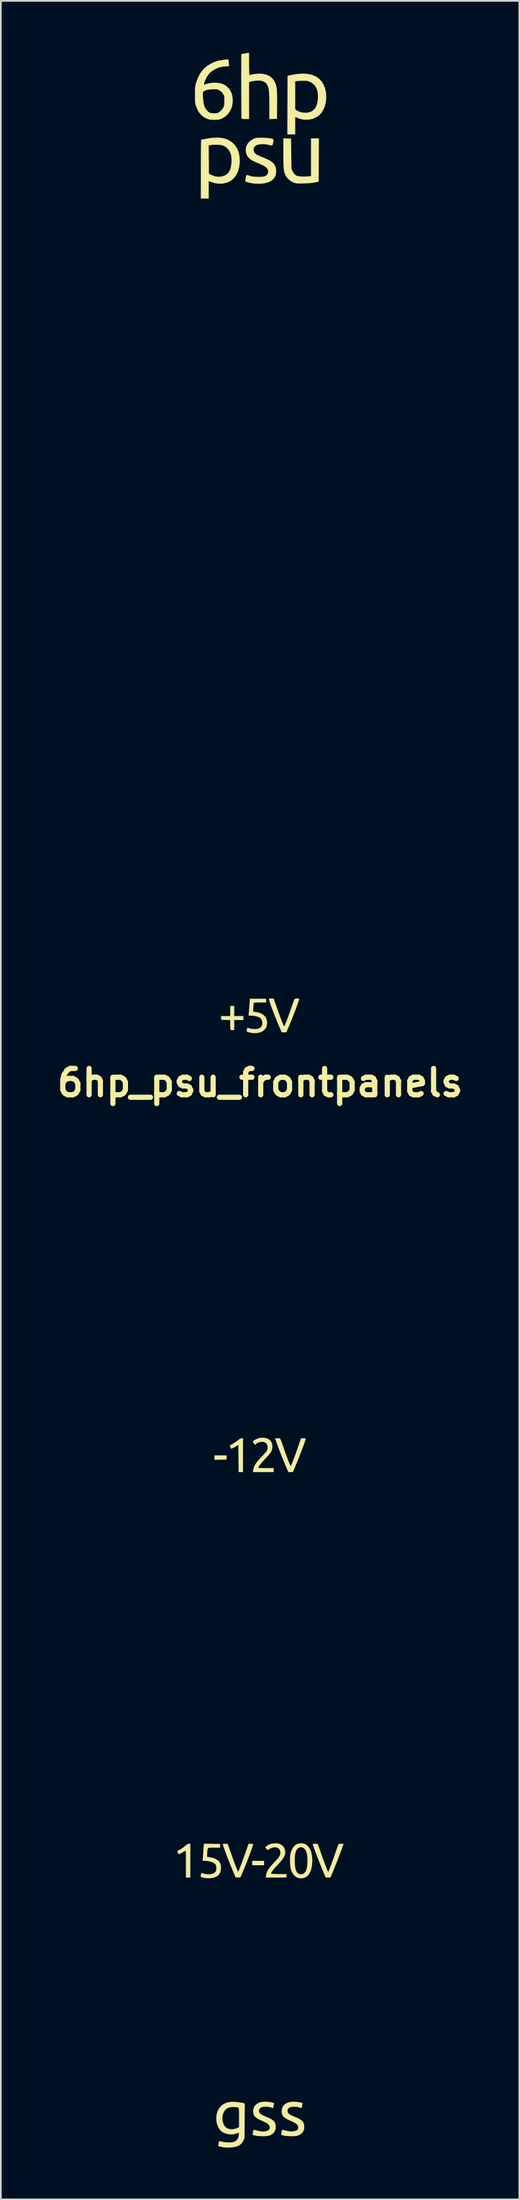
<source format=kicad_pcb>
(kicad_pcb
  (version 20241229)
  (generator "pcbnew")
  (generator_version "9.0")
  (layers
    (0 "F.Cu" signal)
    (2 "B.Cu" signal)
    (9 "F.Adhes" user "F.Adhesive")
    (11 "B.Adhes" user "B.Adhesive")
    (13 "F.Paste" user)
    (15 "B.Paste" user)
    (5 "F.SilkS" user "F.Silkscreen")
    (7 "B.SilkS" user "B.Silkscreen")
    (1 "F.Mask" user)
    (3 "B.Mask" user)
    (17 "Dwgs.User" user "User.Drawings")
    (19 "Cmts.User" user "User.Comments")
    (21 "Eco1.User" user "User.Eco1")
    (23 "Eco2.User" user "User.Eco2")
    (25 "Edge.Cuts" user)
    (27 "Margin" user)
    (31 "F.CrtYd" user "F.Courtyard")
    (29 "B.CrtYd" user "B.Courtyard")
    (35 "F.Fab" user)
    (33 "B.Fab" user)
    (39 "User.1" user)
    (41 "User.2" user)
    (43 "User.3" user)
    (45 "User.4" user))
  (footprint "6hp_psu_frontpanels"
    (layer "F.Cu")
    (at 12.018 59.623)
    (property "Reference" "6hp_psu_frontpanels" (at 0 0 0) (layer "F.SilkS") (effects (font (size 1.524 1.524) (thickness 0.3))))
    (attr board_only exclude_from_pos_files exclude_from_bom)
    (fp_poly (pts (xy 0.229 45.283) (xy -0.458 45.283) (xy -0.458 45.028) (xy 0.229 45.028)) (stroke (width 0) (type solid)) (fill yes) (layer "F.SilkS"))
    (fp_poly (pts (xy -1.937 21.682) (xy -1.945 21.802) (xy -2.295 21.809) (xy -2.644 21.816) (xy -2.644 21.561) (xy -1.93 21.561)) (stroke (width 0) (type solid)) (fill yes) (layer "F.SilkS"))
    (fp_poly (pts (xy -1.5 -3.865) (xy -0.966 -3.865) (xy -0.966 -3.636) (xy -1.5 -3.636) (xy -1.5 -3.051) (xy -1.598 -3.051) (xy -1.665 -3.055) (xy -1.708 -3.065) (xy -1.712 -3.068) (xy -1.719 -3.099) (xy -1.724 -3.169) (xy -1.728 -3.268) (xy -1.729 -3.36) (xy -1.729 -3.634) (xy -1.99 -3.641) (xy -2.25 -3.649) (xy -2.266 -3.865) (xy -1.729 -3.865) (xy -1.729 -4.449) (xy -1.5 -4.449)) (stroke (width 0) (type solid)) (fill yes) (layer "F.SilkS"))
    (fp_poly (pts (xy -0.992 22.527) (xy -1.245 22.527) (xy -1.252 21.738) (xy -1.259 20.95) (xy -1.354 21.015) (xy -1.44 21.066) (xy -1.537 21.117) (xy -1.565 21.129) (xy -1.681 21.179) (xy -1.718 21.091) (xy -1.742 21.031) (xy -1.754 20.994) (xy -1.754 20.991) (xy -1.734 20.974) (xy -1.678 20.941) (xy -1.6 20.898) (xy -1.582 20.888) (xy -1.473 20.824) (xy -1.361 20.748) (xy -1.279 20.683) (xy -1.188 20.612) (xy -1.116 20.576) (xy -1.07 20.569) (xy -0.992 20.569)) (stroke (width 0) (type solid)) (fill yes) (layer "F.SilkS"))
    (fp_poly (pts (xy -4.043 45.995) (xy -4.297 45.995) (xy -4.297 45.202) (xy -4.297 44.981) (xy -4.298 44.806) (xy -4.299 44.672) (xy -4.301 44.573) (xy -4.305 44.506) (xy -4.31 44.464) (xy -4.318 44.444) (xy -4.327 44.44) (xy -4.339 44.447) (xy -4.341 44.45) (xy -4.38 44.476) (xy -4.447 44.515) (xy -4.528 44.559) (xy -4.608 44.601) (xy -4.675 44.632) (xy -4.713 44.647) (xy -4.715 44.647) (xy -4.732 44.627) (xy -4.756 44.578) (xy -4.781 44.52) (xy -4.798 44.473) (xy -4.799 44.455) (xy -4.775 44.442) (xy -4.717 44.412) (xy -4.639 44.373) (xy -4.637 44.372) (xy -4.535 44.312) (xy -4.424 44.233) (xy -4.342 44.165) (xy -4.254 44.091) (xy -4.187 44.051) (xy -4.129 44.037) (xy -4.122 44.037) (xy -4.043 44.037)) (stroke (width 0) (type solid)) (fill yes) (layer "F.SilkS"))
    (fp_poly (pts (xy 1.57 -54.659) (xy 1.792 -54.652) (xy 1.805 -53.775) (xy 1.818 -52.898) (xy 1.89 -52.75) (xy 1.956 -52.636) (xy 2.03 -52.556) (xy 2.122 -52.503) (xy 2.242 -52.472) (xy 2.402 -52.458) (xy 2.419 -52.457) (xy 2.546 -52.454) (xy 2.672 -52.456) (xy 2.777 -52.461) (xy 2.809 -52.464) (xy 2.949 -52.482) (xy 2.949 -54.665) (xy 3.407 -54.665) (xy 3.394 -52.16) (xy 3.178 -52.114) (xy 3.024 -52.089) (xy 2.828 -52.07) (xy 2.597 -52.058) (xy 2.543 -52.057) (xy 2.381 -52.053) (xy 2.259 -52.053) (xy 2.167 -52.056) (xy 2.095 -52.064) (xy 2.031 -52.077) (xy 1.966 -52.097) (xy 1.966 -52.097) (xy 1.819 -52.166) (xy 1.678 -52.268) (xy 1.558 -52.391) (xy 1.482 -52.507) (xy 1.448 -52.579) (xy 1.42 -52.648) (xy 1.398 -52.721) (xy 1.381 -52.803) (xy 1.368 -52.901) (xy 1.359 -53.021) (xy 1.353 -53.168) (xy 1.349 -53.349) (xy 1.348 -53.569) (xy 1.348 -53.794) (xy 1.348 -54.667)) (stroke (width 0) (type solid)) (fill yes) (layer "F.SilkS"))
    (fp_poly (pts (xy -2.019 44.042) (xy -1.876 44.05) (xy -1.678 44.609) (xy -1.615 44.787) (xy -1.55 44.966) (xy -1.488 45.134) (xy -1.433 45.281) (xy -1.389 45.395) (xy -1.378 45.423) (xy -1.276 45.677) (xy -1.223 45.554) (xy -1.185 45.461) (xy -1.133 45.33) (xy -1.073 45.171) (xy -1.007 44.994) (xy -0.939 44.81) (xy -0.873 44.628) (xy -0.814 44.459) (xy -0.782 44.367) (xy -0.674 44.05) (xy -0.549 44.042) (xy -0.473 44.041) (xy -0.419 44.048) (xy -0.406 44.054) (xy -0.408 44.085) (xy -0.427 44.157) (xy -0.461 44.263) (xy -0.508 44.399) (xy -0.565 44.559) (xy -0.631 44.736) (xy -0.703 44.924) (xy -0.778 45.118) (xy -0.855 45.312) (xy -0.932 45.499) (xy -1.006 45.674) (xy -1.051 45.778) (xy -1.141 45.982) (xy -1.277 45.989) (xy -1.414 45.997) (xy -1.598 45.562) (xy -1.661 45.411) (xy -1.73 45.242) (xy -1.801 45.064) (xy -1.872 44.882) (xy -1.94 44.703) (xy -2.004 44.534) (xy -2.06 44.381) (xy -2.106 44.252) (xy -2.14 44.153) (xy -2.158 44.09) (xy -2.161 44.074) (xy -2.152 44.051) (xy -2.117 44.041) (xy -2.045 44.041)) (stroke (width 0) (type solid)) (fill yes) (layer "F.SilkS"))
    (fp_poly (pts (xy 4.817 44.041) (xy 4.831 44.045) (xy 4.822 44.082) (xy 4.796 44.16) (xy 4.757 44.272) (xy 4.705 44.412) (xy 4.645 44.572) (xy 4.579 44.748) (xy 4.508 44.931) (xy 4.436 45.116) (xy 4.365 45.297) (xy 4.297 45.466) (xy 4.235 45.617) (xy 4.182 45.743) (xy 4.147 45.823) (xy 4.07 45.995) (xy 3.801 45.994) (xy 3.715 45.797) (xy 3.651 45.647) (xy 3.581 45.476) (xy 3.506 45.292) (xy 3.43 45.1) (xy 3.354 44.907) (xy 3.282 44.72) (xy 3.216 44.543) (xy 3.157 44.385) (xy 3.109 44.251) (xy 3.074 44.147) (xy 3.054 44.08) (xy 3.051 44.061) (xy 3.075 44.046) (xy 3.14 44.041) (xy 3.197 44.042) (xy 3.342 44.05) (xy 3.452 44.367) (xy 3.508 44.528) (xy 3.571 44.706) (xy 3.638 44.89) (xy 3.706 45.072) (xy 3.769 45.241) (xy 3.826 45.388) (xy 3.871 45.503) (xy 3.893 45.554) (xy 3.946 45.677) (xy 4.048 45.423) (xy 4.088 45.321) (xy 4.14 45.184) (xy 4.2 45.02) (xy 4.264 44.843) (xy 4.327 44.664) (xy 4.346 44.609) (xy 4.541 44.05) (xy 4.686 44.042) (xy 4.764 44.04)) (stroke (width 0) (type solid)) (fill yes) (layer "F.SilkS"))
    (fp_poly (pts (xy 1.131 20.574) (xy 1.157 20.593) (xy 1.182 20.629) (xy 1.209 20.689) (xy 1.243 20.778) (xy 1.286 20.901) (xy 1.342 21.063) (xy 1.369 21.141) (xy 1.429 21.311) (xy 1.494 21.493) (xy 1.559 21.669) (xy 1.616 21.823) (xy 1.641 21.887) (xy 1.691 22.013) (xy 1.726 22.098) (xy 1.75 22.147) (xy 1.767 22.166) (xy 1.781 22.162) (xy 1.796 22.139) (xy 1.798 22.134) (xy 1.831 22.063) (xy 1.877 21.952) (xy 1.934 21.806) (xy 1.999 21.632) (xy 2.07 21.439) (xy 2.143 21.232) (xy 2.212 21.033) (xy 2.371 20.569) (xy 2.508 20.569) (xy 2.597 20.574) (xy 2.639 20.59) (xy 2.644 20.602) (xy 2.635 20.644) (xy 2.609 20.726) (xy 2.569 20.842) (xy 2.517 20.986) (xy 2.456 21.151) (xy 2.388 21.331) (xy 2.316 21.518) (xy 2.242 21.707) (xy 2.168 21.89) (xy 2.097 22.062) (xy 2.056 22.159) (xy 1.9 22.527) (xy 1.634 22.527) (xy 1.479 22.165) (xy 1.364 21.889) (xy 1.248 21.602) (xy 1.136 21.316) (xy 1.035 21.047) (xy 0.957 20.83) (xy 0.866 20.569) (xy 1.015 20.569) (xy 1.064 20.568) (xy 1.101 20.568)) (stroke (width 0) (type solid)) (fill yes) (layer "F.SilkS"))
    (fp_poly (pts (xy 0.261 20.545) (xy 0.428 20.588) (xy 0.557 20.666) (xy 0.648 20.777) (xy 0.7 20.92) (xy 0.712 21.052) (xy 0.704 21.162) (xy 0.676 21.266) (xy 0.624 21.372) (xy 0.543 21.487) (xy 0.43 21.62) (xy 0.332 21.724) (xy 0.184 21.88) (xy 0.065 22.015) (xy -0.024 22.125) (xy -0.081 22.208) (xy -0.102 22.26) (xy -0.102 22.262) (xy -0.094 22.275) (xy -0.066 22.285) (xy -0.012 22.292) (xy 0.074 22.296) (xy 0.199 22.298) (xy 0.343 22.298) (xy 0.788 22.298) (xy 0.788 22.527) (xy -0.413 22.527) (xy -0.396 22.396) (xy -0.371 22.279) (xy -0.326 22.163) (xy -0.255 22.042) (xy -0.154 21.907) (xy -0.02 21.752) (xy 0.061 21.666) (xy 0.161 21.56) (xy 0.25 21.462) (xy 0.322 21.381) (xy 0.369 21.323) (xy 0.384 21.302) (xy 0.433 21.17) (xy 0.439 21.046) (xy 0.408 20.936) (xy 0.341 20.849) (xy 0.243 20.792) (xy 0.124 20.773) (xy -0.022 20.79) (xy -0.155 20.84) (xy -0.244 20.902) (xy -0.298 20.952) (xy -0.367 20.861) (xy -0.406 20.804) (xy -0.416 20.761) (xy -0.393 20.722) (xy -0.332 20.679) (xy -0.257 20.637) (xy -0.07 20.561) (xy 0.125 20.535)) (stroke (width 0) (type solid)) (fill yes) (layer "F.SilkS"))
    (fp_poly (pts (xy 2.753 -58.396) (xy 3.008 -58.342) (xy 3.23 -58.249) (xy 3.419 -58.118) (xy 3.574 -57.95) (xy 3.691 -57.751) (xy 3.773 -57.529) (xy 3.82 -57.291) (xy 3.834 -57.046) (xy 3.814 -56.803) (xy 3.764 -56.57) (xy 3.684 -56.354) (xy 3.575 -56.165) (xy 3.438 -56.011) (xy 3.424 -55.998) (xy 3.244 -55.876) (xy 3.037 -55.792) (xy 2.815 -55.746) (xy 2.587 -55.741) (xy 2.361 -55.777) (xy 2.178 -55.842) (xy 2.034 -55.908) (xy 2.034 -54.893) (xy 1.576 -54.893) (xy 1.582 -56.343) (xy 2.034 -56.343) (xy 2.129 -56.281) (xy 2.291 -56.201) (xy 2.477 -56.156) (xy 2.671 -56.146) (xy 2.857 -56.175) (xy 2.871 -56.179) (xy 3.023 -56.25) (xy 3.148 -56.362) (xy 3.245 -56.514) (xy 3.311 -56.704) (xy 3.347 -56.929) (xy 3.349 -56.958) (xy 3.349 -57.211) (xy 3.314 -57.428) (xy 3.242 -57.612) (xy 3.133 -57.761) (xy 2.988 -57.879) (xy 2.919 -57.918) (xy 2.844 -57.953) (xy 2.781 -57.976) (xy 2.714 -57.988) (xy 2.627 -57.994) (xy 2.506 -57.995) (xy 2.494 -57.995) (xy 2.371 -57.993) (xy 2.256 -57.989) (xy 2.166 -57.983) (xy 2.129 -57.979) (xy 2.034 -57.963) (xy 2.034 -56.343) (xy 1.582 -56.343) (xy 1.583 -56.591) (xy 1.589 -58.288) (xy 1.792 -58.331) (xy 2.145 -58.391) (xy 2.465 -58.413)) (stroke (width 0) (type solid)) (fill yes) (layer "F.SilkS"))
    (fp_poly (pts (xy 0.359 -4.653) (xy 0.003 -4.653) (xy -0.126 -4.652) (xy -0.236 -4.648) (xy -0.317 -4.643) (xy -0.36 -4.636) (xy -0.364 -4.634) (xy -0.37 -4.602) (xy -0.378 -4.531) (xy -0.387 -4.433) (xy -0.392 -4.37) (xy -0.409 -4.125) (xy -0.287 -4.108) (xy -0.069 -4.062) (xy 0.107 -3.991) (xy 0.242 -3.893) (xy 0.338 -3.767) (xy 0.359 -3.725) (xy 0.398 -3.588) (xy 0.406 -3.434) (xy 0.381 -3.285) (xy 0.35 -3.203) (xy 0.258 -3.076) (xy 0.13 -2.978) (xy -0.028 -2.911) (xy -0.209 -2.876) (xy -0.406 -2.877) (xy -0.61 -2.914) (xy -0.69 -2.938) (xy -0.75 -2.961) (xy -0.771 -2.973) (xy -0.778 -3.008) (xy -0.77 -3.072) (xy -0.764 -3.097) (xy -0.736 -3.201) (xy -0.641 -3.159) (xy -0.54 -3.132) (xy -0.396 -3.118) (xy -0.331 -3.116) (xy -0.215 -3.118) (xy -0.136 -3.126) (xy -0.075 -3.144) (xy -0.023 -3.171) (xy 0.062 -3.243) (xy 0.11 -3.335) (xy 0.127 -3.458) (xy 0.127 -3.473) (xy 0.108 -3.61) (xy 0.051 -3.717) (xy -0.011 -3.772) (xy -0.102 -3.815) (xy -0.225 -3.852) (xy -0.364 -3.878) (xy -0.499 -3.89) (xy -0.517 -3.89) (xy -0.667 -3.89) (xy -0.648 -4.113) (xy -0.638 -4.242) (xy -0.627 -4.395) (xy -0.617 -4.547) (xy -0.613 -4.602) (xy -0.597 -4.869) (xy 0.343 -4.869)) (stroke (width 0) (type solid)) (fill yes) (layer "F.SilkS"))
    (fp_poly (pts (xy 1.021 44.017) (xy 1.087 44.032) (xy 1.158 44.062) (xy 1.181 44.073) (xy 1.304 44.152) (xy 1.387 44.254) (xy 1.438 44.388) (xy 1.446 44.429) (xy 1.458 44.532) (xy 1.45 44.63) (xy 1.421 44.73) (xy 1.365 44.837) (xy 1.282 44.958) (xy 1.166 45.099) (xy 1.015 45.265) (xy 0.983 45.3) (xy 0.847 45.448) (xy 0.747 45.566) (xy 0.68 45.657) (xy 0.644 45.725) (xy 0.636 45.765) (xy 0.661 45.776) (xy 0.736 45.784) (xy 0.861 45.789) (xy 1.034 45.791) (xy 1.081 45.791) (xy 1.526 45.791) (xy 1.526 45.995) (xy 0.325 45.995) (xy 0.342 45.874) (xy 0.368 45.751) (xy 0.417 45.63) (xy 0.492 45.503) (xy 0.597 45.363) (xy 0.737 45.203) (xy 0.798 45.137) (xy 0.926 45.001) (xy 1.022 44.892) (xy 1.089 44.805) (xy 1.134 44.733) (xy 1.16 44.668) (xy 1.172 44.603) (xy 1.174 44.551) (xy 1.153 44.425) (xy 1.092 44.329) (xy 0.995 44.266) (xy 0.868 44.241) (xy 0.852 44.241) (xy 0.752 44.256) (xy 0.639 44.293) (xy 0.535 44.344) (xy 0.48 44.383) (xy 0.451 44.403) (xy 0.423 44.395) (xy 0.385 44.353) (xy 0.366 44.328) (xy 0.295 44.235) (xy 0.357 44.186) (xy 0.482 44.102) (xy 0.609 44.05) (xy 0.759 44.022) (xy 0.832 44.017) (xy 0.943 44.012)) (stroke (width 0) (type solid)) (fill yes) (layer "F.SilkS"))
    (fp_poly (pts (xy -2.789 44.043) (xy -2.326 44.05) (xy -2.311 44.266) (xy -2.668 44.266) (xy -2.812 44.265) (xy -2.914 44.267) (xy -2.981 44.278) (xy -3.021 44.304) (xy -3.042 44.353) (xy -3.052 44.43) (xy -3.058 44.542) (xy -3.061 44.587) (xy -3.074 44.794) (xy -2.892 44.821) (xy -2.7 44.866) (xy -2.536 44.94) (xy -2.407 45.037) (xy -2.354 45.1) (xy -2.309 45.173) (xy -2.283 45.248) (xy -2.27 45.344) (xy -2.267 45.383) (xy -2.276 45.572) (xy -2.324 45.73) (xy -2.411 45.855) (xy -2.537 45.948) (xy -2.702 46.008) (xy -2.905 46.035) (xy -2.909 46.035) (xy -3.085 46.033) (xy -3.242 46.012) (xy -3.267 46.006) (xy -3.35 45.983) (xy -3.412 45.962) (xy -3.437 45.949) (xy -3.443 45.915) (xy -3.435 45.852) (xy -3.429 45.826) (xy -3.403 45.722) (xy -3.246 45.771) (xy -3.084 45.806) (xy -2.926 45.81) (xy -2.783 45.785) (xy -2.664 45.732) (xy -2.58 45.654) (xy -2.575 45.647) (xy -2.543 45.561) (xy -2.533 45.452) (xy -2.544 45.341) (xy -2.576 45.25) (xy -2.585 45.236) (xy -2.681 45.147) (xy -2.82 45.082) (xy -3.002 45.044) (xy -3.106 45.034) (xy -3.337 45.021) (xy -3.322 44.891) (xy -3.314 44.807) (xy -3.304 44.692) (xy -3.296 44.565) (xy -3.292 44.507) (xy -3.284 44.384) (xy -3.276 44.268) (xy -3.268 44.176) (xy -3.264 44.144) (xy -3.251 44.036)) (stroke (width 0) (type solid)) (fill yes) (layer "F.SilkS"))
    (fp_poly (pts (xy 2.218 -4.879) (xy 2.257 -4.86) (xy 2.263 -4.847) (xy 2.254 -4.803) (xy 2.228 -4.719) (xy 2.187 -4.601) (xy 2.135 -4.455) (xy 2.073 -4.288) (xy 2.005 -4.107) (xy 1.932 -3.918) (xy 1.857 -3.728) (xy 1.782 -3.542) (xy 1.711 -3.369) (xy 1.645 -3.213) (xy 1.622 -3.159) (xy 1.518 -2.924) (xy 1.253 -2.924) (xy 1.136 -3.191) (xy 1.066 -3.351) (xy 0.992 -3.529) (xy 0.916 -3.718) (xy 0.839 -3.912) (xy 0.765 -4.103) (xy 0.696 -4.286) (xy 0.634 -4.455) (xy 0.582 -4.601) (xy 0.542 -4.72) (xy 0.516 -4.804) (xy 0.509 -4.846) (xy 0.524 -4.868) (xy 0.575 -4.879) (xy 0.648 -4.882) (xy 0.725 -4.88) (xy 0.776 -4.877) (xy 0.788 -4.874) (xy 0.796 -4.849) (xy 0.819 -4.783) (xy 0.853 -4.684) (xy 0.897 -4.558) (xy 0.948 -4.413) (xy 0.963 -4.372) (xy 1.058 -4.106) (xy 1.143 -3.872) (xy 1.218 -3.673) (xy 1.282 -3.511) (xy 1.333 -3.389) (xy 1.371 -3.309) (xy 1.394 -3.273) (xy 1.399 -3.272) (xy 1.419 -3.309) (xy 1.453 -3.386) (xy 1.498 -3.497) (xy 1.552 -3.636) (xy 1.612 -3.794) (xy 1.675 -3.966) (xy 1.738 -4.143) (xy 1.8 -4.319) (xy 1.805 -4.333) (xy 1.855 -4.479) (xy 1.902 -4.611) (xy 1.941 -4.72) (xy 1.97 -4.798) (xy 1.986 -4.835) (xy 2.021 -4.863) (xy 2.083 -4.879) (xy 2.154 -4.885)) (stroke (width 0) (type solid)) (fill yes) (layer "F.SilkS"))
    (fp_poly (pts (xy 2.47 44.016) (xy 2.601 44.053) (xy 2.611 44.058) (xy 2.755 44.16) (xy 2.868 44.302) (xy 2.951 44.484) (xy 3.003 44.706) (xy 3.025 44.968) (xy 3.025 45.027) (xy 3.01 45.274) (xy 2.968 45.495) (xy 2.899 45.685) (xy 2.807 45.837) (xy 2.736 45.913) (xy 2.605 45.995) (xy 2.454 46.038) (xy 2.297 46.04) (xy 2.148 45.998) (xy 2.026 45.918) (xy 1.916 45.799) (xy 1.828 45.652) (xy 1.804 45.597) (xy 1.773 45.485) (xy 1.75 45.336) (xy 1.735 45.165) (xy 1.731 45.039) (xy 2.007 45.039) (xy 2.017 45.278) (xy 2.046 45.472) (xy 2.096 45.62) (xy 2.166 45.726) (xy 2.258 45.791) (xy 2.372 45.815) (xy 2.383 45.816) (xy 2.473 45.794) (xy 2.552 45.74) (xy 2.62 45.665) (xy 2.67 45.572) (xy 2.705 45.452) (xy 2.728 45.297) (xy 2.739 45.123) (xy 2.74 44.863) (xy 2.717 44.649) (xy 2.67 44.479) (xy 2.6 44.355) (xy 2.507 44.276) (xy 2.39 44.242) (xy 2.357 44.24) (xy 2.268 44.258) (xy 2.202 44.293) (xy 2.131 44.367) (xy 2.077 44.463) (xy 2.04 44.589) (xy 2.017 44.75) (xy 2.007 44.953) (xy 2.007 45.039) (xy 1.731 45.039) (xy 1.729 44.988) (xy 1.734 44.817) (xy 1.749 44.668) (xy 1.753 44.647) (xy 1.798 44.48) (xy 1.87 44.323) (xy 1.961 44.191) (xy 2.056 44.101) (xy 2.179 44.041) (xy 2.324 44.012)) (stroke (width 0) (type solid)) (fill yes) (layer "F.SilkS"))
    (fp_poly (pts (xy -2.212 -54.69) (xy -1.969 -54.631) (xy -1.833 -54.573) (xy -1.63 -54.445) (xy -1.464 -54.282) (xy -1.333 -54.085) (xy -1.241 -53.859) (xy -1.188 -53.605) (xy -1.176 -53.326) (xy -1.177 -53.279) (xy -1.211 -53) (xy -1.28 -52.753) (xy -1.383 -52.539) (xy -1.518 -52.36) (xy -1.684 -52.219) (xy -1.88 -52.117) (xy -2.103 -52.056) (xy -2.153 -52.049) (xy -2.39 -52.041) (xy -2.625 -52.072) (xy -2.819 -52.132) (xy -2.975 -52.195) (xy -2.975 -51.181) (xy -3.432 -51.181) (xy -3.432 -52.885) (xy -3.432 -53.174) (xy -3.431 -53.448) (xy -3.43 -53.702) (xy -3.428 -53.932) (xy -3.426 -54.135) (xy -3.425 -54.255) (xy -2.975 -54.255) (xy -2.962 -52.62) (xy -2.821 -52.547) (xy -2.62 -52.47) (xy -2.416 -52.441) (xy -2.217 -52.459) (xy -2.04 -52.52) (xy -1.908 -52.604) (xy -1.806 -52.718) (xy -1.732 -52.866) (xy -1.684 -53.051) (xy -1.659 -53.279) (xy -1.659 -53.296) (xy -1.659 -53.517) (xy -1.685 -53.701) (xy -1.739 -53.857) (xy -1.822 -53.993) (xy -1.868 -54.048) (xy -1.974 -54.151) (xy -2.085 -54.223) (xy -2.213 -54.267) (xy -2.369 -54.29) (xy -2.517 -54.295) (xy -2.64 -54.293) (xy -2.755 -54.288) (xy -2.844 -54.281) (xy -2.88 -54.275) (xy -2.975 -54.255) (xy -3.425 -54.255) (xy -3.424 -54.305) (xy -3.421 -54.439) (xy -3.418 -54.533) (xy -3.415 -54.582) (xy -3.413 -54.589) (xy -3.382 -54.594) (xy -3.312 -54.607) (xy -3.215 -54.626) (xy -3.14 -54.641) (xy -2.797 -54.695) (xy -2.488 -54.712)) (stroke (width 0) (type solid)) (fill yes) (layer "F.SilkS"))
    (fp_poly (pts (xy 0.372 58.97) (xy 0.543 58.986) (xy 0.701 59.016) (xy 0.701 59.016) (xy 0.772 59.037) (xy 0.803 59.058) (xy 0.805 59.09) (xy 0.803 59.099) (xy 0.789 59.16) (xy 0.774 59.239) (xy 0.772 59.248) (xy 0.761 59.309) (xy 0.751 59.341) (xy 0.75 59.343) (xy 0.725 59.335) (xy 0.667 59.315) (xy 0.632 59.303) (xy 0.523 59.275) (xy 0.393 59.261) (xy 0.261 59.26) (xy 0.143 59.274) (xy 0.057 59.3) (xy 0.056 59.301) (xy -0.025 59.368) (xy -0.064 59.454) (xy -0.062 59.547) (xy -0.016 59.636) (xy 0.034 59.684) (xy 0.094 59.721) (xy 0.186 59.768) (xy 0.293 59.816) (xy 0.339 59.835) (xy 0.522 59.914) (xy 0.662 59.986) (xy 0.764 60.059) (xy 0.834 60.137) (xy 0.878 60.226) (xy 0.903 60.333) (xy 0.908 60.382) (xy 0.901 60.546) (xy 0.848 60.689) (xy 0.753 60.807) (xy 0.618 60.896) (xy 0.518 60.934) (xy 0.417 60.954) (xy 0.281 60.965) (xy 0.126 60.967) (xy -0.031 60.961) (xy -0.176 60.947) (xy -0.288 60.926) (xy -0.437 60.887) (xy -0.42 60.773) (xy -0.403 60.675) (xy -0.385 60.62) (xy -0.362 60.597) (xy -0.328 60.598) (xy -0.321 60.6) (xy -0.133 60.65) (xy 0.02 60.68) (xy 0.148 60.691) (xy 0.262 60.685) (xy 0.369 60.662) (xy 0.471 60.624) (xy 0.531 60.572) (xy 0.557 60.498) (xy 0.559 60.454) (xy 0.544 60.371) (xy 0.496 60.296) (xy 0.409 60.224) (xy 0.281 60.152) (xy 0.15 60.093) (xy -0.04 60.008) (xy -0.185 59.926) (xy -0.289 59.843) (xy -0.357 59.752) (xy -0.394 59.649) (xy -0.404 59.529) (xy -0.402 59.482) (xy -0.37 59.321) (xy -0.295 59.188) (xy -0.179 59.084) (xy -0.024 59.011) (xy 0.073 58.985) (xy 0.209 58.969)) (stroke (width 0) (type solid)) (fill yes) (layer "F.SilkS"))
    (fp_poly (pts (xy 2.025 58.97) (xy 2.196 58.986) (xy 2.354 59.016) (xy 2.354 59.016) (xy 2.424 59.037) (xy 2.455 59.058) (xy 2.458 59.09) (xy 2.456 59.099) (xy 2.441 59.16) (xy 2.426 59.239) (xy 2.425 59.248) (xy 2.413 59.309) (xy 2.404 59.341) (xy 2.403 59.343) (xy 2.377 59.335) (xy 2.32 59.315) (xy 2.285 59.303) (xy 2.175 59.275) (xy 2.046 59.261) (xy 1.914 59.26) (xy 1.796 59.274) (xy 1.71 59.3) (xy 1.709 59.301) (xy 1.628 59.368) (xy 1.588 59.454) (xy 1.591 59.547) (xy 1.637 59.636) (xy 1.687 59.684) (xy 1.747 59.721) (xy 1.838 59.768) (xy 1.946 59.816) (xy 1.992 59.835) (xy 2.175 59.914) (xy 2.314 59.986) (xy 2.416 60.059) (xy 2.486 60.137) (xy 2.531 60.226) (xy 2.555 60.333) (xy 2.561 60.382) (xy 2.553 60.546) (xy 2.501 60.689) (xy 2.406 60.807) (xy 2.271 60.896) (xy 2.171 60.934) (xy 2.069 60.954) (xy 1.933 60.965) (xy 1.779 60.967) (xy 1.622 60.961) (xy 1.477 60.947) (xy 1.364 60.926) (xy 1.216 60.887) (xy 1.233 60.773) (xy 1.25 60.675) (xy 1.267 60.62) (xy 1.291 60.597) (xy 1.325 60.598) (xy 1.332 60.6) (xy 1.52 60.65) (xy 1.673 60.68) (xy 1.801 60.691) (xy 1.915 60.685) (xy 2.021 60.662) (xy 2.124 60.624) (xy 2.184 60.572) (xy 2.21 60.498) (xy 2.212 60.454) (xy 2.197 60.371) (xy 2.148 60.296) (xy 2.062 60.224) (xy 1.933 60.152) (xy 1.802 60.093) (xy 1.612 60.008) (xy 1.468 59.926) (xy 1.364 59.843) (xy 1.296 59.752) (xy 1.259 59.649) (xy 1.249 59.529) (xy 1.251 59.482) (xy 1.283 59.321) (xy 1.358 59.188) (xy 1.473 59.084) (xy 1.629 59.011) (xy 1.726 58.985) (xy 1.861 58.969)) (stroke (width 0) (type solid)) (fill yes) (layer "F.SilkS"))
    (fp_poly (pts (xy -0.64 -59.598) (xy -0.639 -59.53) (xy -0.637 -59.424) (xy -0.636 -59.288) (xy -0.636 -59.127) (xy -0.636 -58.974) (xy -0.635 -58.799) (xy -0.633 -58.641) (xy -0.63 -58.508) (xy -0.626 -58.407) (xy -0.621 -58.344) (xy -0.616 -58.326) (xy -0.581 -58.333) (xy -0.52 -58.349) (xy -0.508 -58.352) (xy -0.33 -58.39) (xy -0.13 -58.41) (xy 0.065 -58.409) (xy 0.14 -58.402) (xy 0.364 -58.353) (xy 0.553 -58.266) (xy 0.709 -58.141) (xy 0.829 -57.979) (xy 0.915 -57.78) (xy 0.965 -57.556) (xy 0.974 -57.458) (xy 0.981 -57.315) (xy 0.985 -57.132) (xy 0.987 -56.913) (xy 0.987 -56.664) (xy 0.986 -56.572) (xy 0.979 -55.796) (xy 0.756 -55.789) (xy 0.534 -55.781) (xy 0.534 -56.539) (xy 0.533 -56.804) (xy 0.53 -57.023) (xy 0.524 -57.203) (xy 0.515 -57.35) (xy 0.502 -57.469) (xy 0.485 -57.566) (xy 0.463 -57.647) (xy 0.436 -57.716) (xy 0.425 -57.741) (xy 0.339 -57.863) (xy 0.218 -57.948) (xy 0.063 -57.997) (xy -0.129 -58.009) (xy -0.301 -57.994) (xy -0.408 -57.978) (xy -0.502 -57.961) (xy -0.566 -57.946) (xy -0.578 -57.942) (xy -0.636 -57.92) (xy -0.636 -55.783) (xy -0.848 -55.783) (xy -0.947 -55.785) (xy -1.026 -55.79) (xy -1.071 -55.798) (xy -1.076 -55.8) (xy -1.078 -55.827) (xy -1.081 -55.9) (xy -1.083 -56.013) (xy -1.084 -56.163) (xy -1.086 -56.343) (xy -1.088 -56.551) (xy -1.089 -56.78) (xy -1.091 -57.026) (xy -1.092 -57.283) (xy -1.093 -57.548) (xy -1.093 -57.815) (xy -1.094 -58.08) (xy -1.094 -58.337) (xy -1.094 -58.582) (xy -1.094 -58.809) (xy -1.094 -59.015) (xy -1.093 -59.194) (xy -1.092 -59.342) (xy -1.091 -59.453) (xy -1.089 -59.523) (xy -1.087 -59.546) (xy -1.061 -59.55) (xy -0.996 -59.561) (xy -0.906 -59.577) (xy -0.864 -59.584) (xy -0.766 -59.602) (xy -0.69 -59.615) (xy -0.647 -59.622) (xy -0.642 -59.623)) (stroke (width 0) (type solid)) (fill yes) (layer "F.SilkS"))
    (fp_poly (pts (xy -1.157 59.012) (xy -1.022 59.039) (xy -0.887 59.068) (xy -0.895 60.076) (xy -0.903 61.085) (xy -0.974 61.231) (xy -1.06 61.366) (xy -1.169 61.47) (xy -1.309 61.545) (xy -1.483 61.594) (xy -1.697 61.619) (xy -1.767 61.622) (xy -1.982 61.621) (xy -2.158 61.603) (xy -2.212 61.593) (xy -2.301 61.572) (xy -2.371 61.555) (xy -2.405 61.545) (xy -2.417 61.516) (xy -2.416 61.457) (xy -2.406 61.384) (xy -2.39 61.314) (xy -2.37 61.264) (xy -2.354 61.251) (xy -2.316 61.257) (xy -2.245 61.272) (xy -2.174 61.288) (xy -2.054 61.309) (xy -1.914 61.322) (xy -1.771 61.325) (xy -1.641 61.318) (xy -1.541 61.302) (xy -1.523 61.297) (xy -1.399 61.233) (xy -1.309 61.135) (xy -1.251 60.999) (xy -1.231 60.898) (xy -1.224 60.817) (xy -1.234 60.776) (xy -1.27 60.771) (xy -1.341 60.796) (xy -1.367 60.806) (xy -1.534 60.852) (xy -1.719 60.861) (xy -1.907 60.837) (xy -2.082 60.781) (xy -2.198 60.717) (xy -2.326 60.6) (xy -2.425 60.448) (xy -2.494 60.271) (xy -2.533 60.078) (xy -2.54 59.883) (xy -2.183 59.883) (xy -2.176 60.046) (xy -2.141 60.201) (xy -2.077 60.339) (xy -1.987 60.449) (xy -1.907 60.506) (xy -1.764 60.554) (xy -1.603 60.563) (xy -1.44 60.534) (xy -1.354 60.501) (xy -1.22 60.439) (xy -1.22 59.881) (xy -1.221 59.693) (xy -1.223 59.55) (xy -1.226 59.446) (xy -1.232 59.376) (xy -1.24 59.333) (xy -1.251 59.313) (xy -1.256 59.309) (xy -1.298 59.3) (xy -1.374 59.289) (xy -1.468 59.278) (xy -1.664 59.277) (xy -1.829 59.315) (xy -1.963 59.392) (xy -2.017 59.443) (xy -2.104 59.572) (xy -2.159 59.722) (xy -2.183 59.883) (xy -2.54 59.883) (xy -2.54 59.878) (xy -2.513 59.679) (xy -2.452 59.49) (xy -2.377 59.351) (xy -2.252 59.202) (xy -2.097 59.091) (xy -1.911 59.016) (xy -1.693 58.978) (xy -1.442 58.977)) (stroke (width 0) (type solid)) (fill yes) (layer "F.SilkS"))
    (fp_poly (pts (xy 0.301 -54.698) (xy 0.476 -54.684) (xy 0.618 -54.663) (xy 0.722 -54.634) (xy 0.759 -54.617) (xy 0.775 -54.597) (xy 0.779 -54.559) (xy 0.771 -54.492) (xy 0.757 -54.42) (xy 0.739 -54.334) (xy 0.719 -54.28) (xy 0.689 -54.255) (xy 0.636 -54.253) (xy 0.553 -54.271) (xy 0.458 -54.296) (xy 0.305 -54.324) (xy 0.141 -54.331) (xy -0.018 -54.32) (xy -0.154 -54.29) (xy -0.217 -54.264) (xy -0.316 -54.189) (xy -0.37 -54.094) (xy -0.378 -53.984) (xy -0.338 -53.869) (xy -0.331 -53.857) (xy -0.283 -53.795) (xy -0.217 -53.739) (xy -0.124 -53.685) (xy 0.006 -53.627) (xy 0.089 -53.594) (xy 0.304 -53.507) (xy 0.476 -53.427) (xy 0.611 -53.351) (xy 0.715 -53.275) (xy 0.795 -53.193) (xy 0.857 -53.103) (xy 0.871 -53.077) (xy 0.913 -52.954) (xy 0.931 -52.805) (xy 0.923 -52.649) (xy 0.891 -52.505) (xy 0.863 -52.439) (xy 0.766 -52.304) (xy 0.627 -52.195) (xy 0.45 -52.114) (xy 0.237 -52.061) (xy -0.009 -52.038) (xy -0.286 -52.044) (xy -0.318 -52.047) (xy -0.437 -52.061) (xy -0.56 -52.083) (xy -0.675 -52.109) (xy -0.771 -52.137) (xy -0.835 -52.163) (xy -0.855 -52.179) (xy -0.858 -52.215) (xy -0.851 -52.284) (xy -0.836 -52.368) (xy -0.818 -52.45) (xy -0.799 -52.513) (xy -0.787 -52.538) (xy -0.755 -52.541) (xy -0.689 -52.529) (xy -0.603 -52.503) (xy -0.593 -52.5) (xy -0.508 -52.473) (xy -0.426 -52.456) (xy -0.333 -52.445) (xy -0.215 -52.441) (xy -0.102 -52.44) (xy 0.038 -52.441) (xy 0.138 -52.445) (xy 0.21 -52.454) (xy 0.266 -52.47) (xy 0.317 -52.492) (xy 0.318 -52.493) (xy 0.41 -52.565) (xy 0.46 -52.657) (xy 0.47 -52.76) (xy 0.44 -52.866) (xy 0.37 -52.965) (xy 0.285 -53.034) (xy 0.209 -53.077) (xy 0.103 -53.131) (xy -0.017 -53.186) (xy -0.089 -53.217) (xy -0.247 -53.284) (xy -0.368 -53.338) (xy -0.458 -53.384) (xy -0.529 -53.426) (xy -0.589 -53.47) (xy -0.624 -53.499) (xy -0.735 -53.63) (xy -0.806 -53.785) (xy -0.834 -53.957) (xy -0.817 -54.137) (xy -0.805 -54.184) (xy -0.733 -54.346) (xy -0.617 -54.483) (xy -0.457 -54.596) (xy -0.413 -54.619) (xy -0.342 -54.653) (xy -0.284 -54.676) (xy -0.227 -54.691) (xy -0.157 -54.699) (xy -0.063 -54.702) (xy 0.067 -54.703) (xy 0.101 -54.703)) (stroke (width 0) (type solid)) (fill yes) (layer "F.SilkS"))
    (fp_poly (pts (xy -1.841 -59.234) (xy -1.84 -59.233) (xy -1.833 -59.206) (xy -1.825 -59.14) (xy -1.816 -59.05) (xy -1.814 -59.029) (xy -1.798 -58.834) (xy -1.943 -58.834) (xy -2.175 -58.814) (xy -2.406 -58.755) (xy -2.621 -58.662) (xy -2.811 -58.54) (xy -2.924 -58.438) (xy -3.013 -58.327) (xy -3.1 -58.189) (xy -3.174 -58.042) (xy -3.228 -57.904) (xy -3.243 -57.845) (xy -3.251 -57.789) (xy -3.242 -57.771) (xy -3.213 -57.779) (xy -2.986 -57.85) (xy -2.742 -57.885) (xy -2.498 -57.883) (xy -2.319 -57.855) (xy -2.178 -57.816) (xy -2.067 -57.767) (xy -1.966 -57.699) (xy -1.889 -57.632) (xy -1.762 -57.492) (xy -1.673 -57.335) (xy -1.616 -57.156) (xy -1.582 -56.913) (xy -1.592 -56.677) (xy -1.644 -56.454) (xy -1.736 -56.249) (xy -1.865 -56.069) (xy -2.028 -55.919) (xy -2.206 -55.814) (xy -2.283 -55.781) (xy -2.356 -55.76) (xy -2.441 -55.747) (xy -2.554 -55.74) (xy -2.619 -55.738) (xy -2.753 -55.737) (xy -2.855 -55.742) (xy -2.94 -55.756) (xy -3.027 -55.781) (xy -3.055 -55.79) (xy -3.252 -55.884) (xy -3.42 -56.019) (xy -3.559 -56.195) (xy -3.67 -56.412) (xy -3.706 -56.508) (xy -3.73 -56.582) (xy -3.747 -56.647) (xy -3.76 -56.713) (xy -3.767 -56.789) (xy -3.772 -56.885) (xy -3.773 -57.013) (xy -3.773 -57.18) (xy -3.773 -57.194) (xy -3.773 -57.257) (xy -3.316 -57.257) (xy -3.316 -57.152) (xy -3.308 -57.023) (xy -3.295 -56.885) (xy -3.278 -56.751) (xy -3.257 -56.634) (xy -3.238 -56.556) (xy -3.185 -56.437) (xy -3.107 -56.32) (xy -3.017 -56.221) (xy -2.925 -56.156) (xy -2.912 -56.15) (xy -2.847 -56.132) (xy -2.752 -56.12) (xy -2.653 -56.115) (xy -2.552 -56.117) (xy -2.481 -56.128) (xy -2.42 -56.153) (xy -2.351 -56.197) (xy -2.225 -56.312) (xy -2.151 -56.419) (xy -2.116 -56.484) (xy -2.093 -56.539) (xy -2.08 -56.599) (xy -2.074 -56.677) (xy -2.072 -56.786) (xy -2.072 -56.841) (xy -2.073 -56.966) (xy -2.077 -57.053) (xy -2.087 -57.116) (xy -2.104 -57.168) (xy -2.133 -57.221) (xy -2.149 -57.247) (xy -2.221 -57.344) (xy -2.313 -57.415) (xy -2.365 -57.444) (xy -2.432 -57.477) (xy -2.489 -57.498) (xy -2.55 -57.508) (xy -2.63 -57.51) (xy -2.745 -57.506) (xy -2.759 -57.505) (xy -2.96 -57.488) (xy -3.117 -57.457) (xy -3.23 -57.413) (xy -3.295 -57.357) (xy -3.309 -57.326) (xy -3.316 -57.257) (xy -3.773 -57.257) (xy -3.773 -57.366) (xy -3.77 -57.498) (xy -3.766 -57.599) (xy -3.757 -57.681) (xy -3.745 -57.753) (xy -3.726 -57.826) (xy -3.703 -57.905) (xy -3.593 -58.199) (xy -3.456 -58.451) (xy -3.289 -58.665) (xy -3.089 -58.844) (xy -2.854 -58.991) (xy -2.81 -59.014) (xy -2.694 -59.066) (xy -2.573 -59.114) (xy -2.47 -59.148) (xy -2.454 -59.152) (xy -2.374 -59.17) (xy -2.272 -59.188) (xy -2.159 -59.205) (xy -2.048 -59.22) (xy -1.95 -59.231) (xy -1.878 -59.236)) (stroke (width 0) (type solid)) (fill yes) (layer "F.SilkS")))
  (gr_rect
    (start -3 -3)
    (end 27.036 124.244)
    (stroke (width 0.1) (type default))
    (fill no)
    (layer "Edge.Cuts")))
</source>
